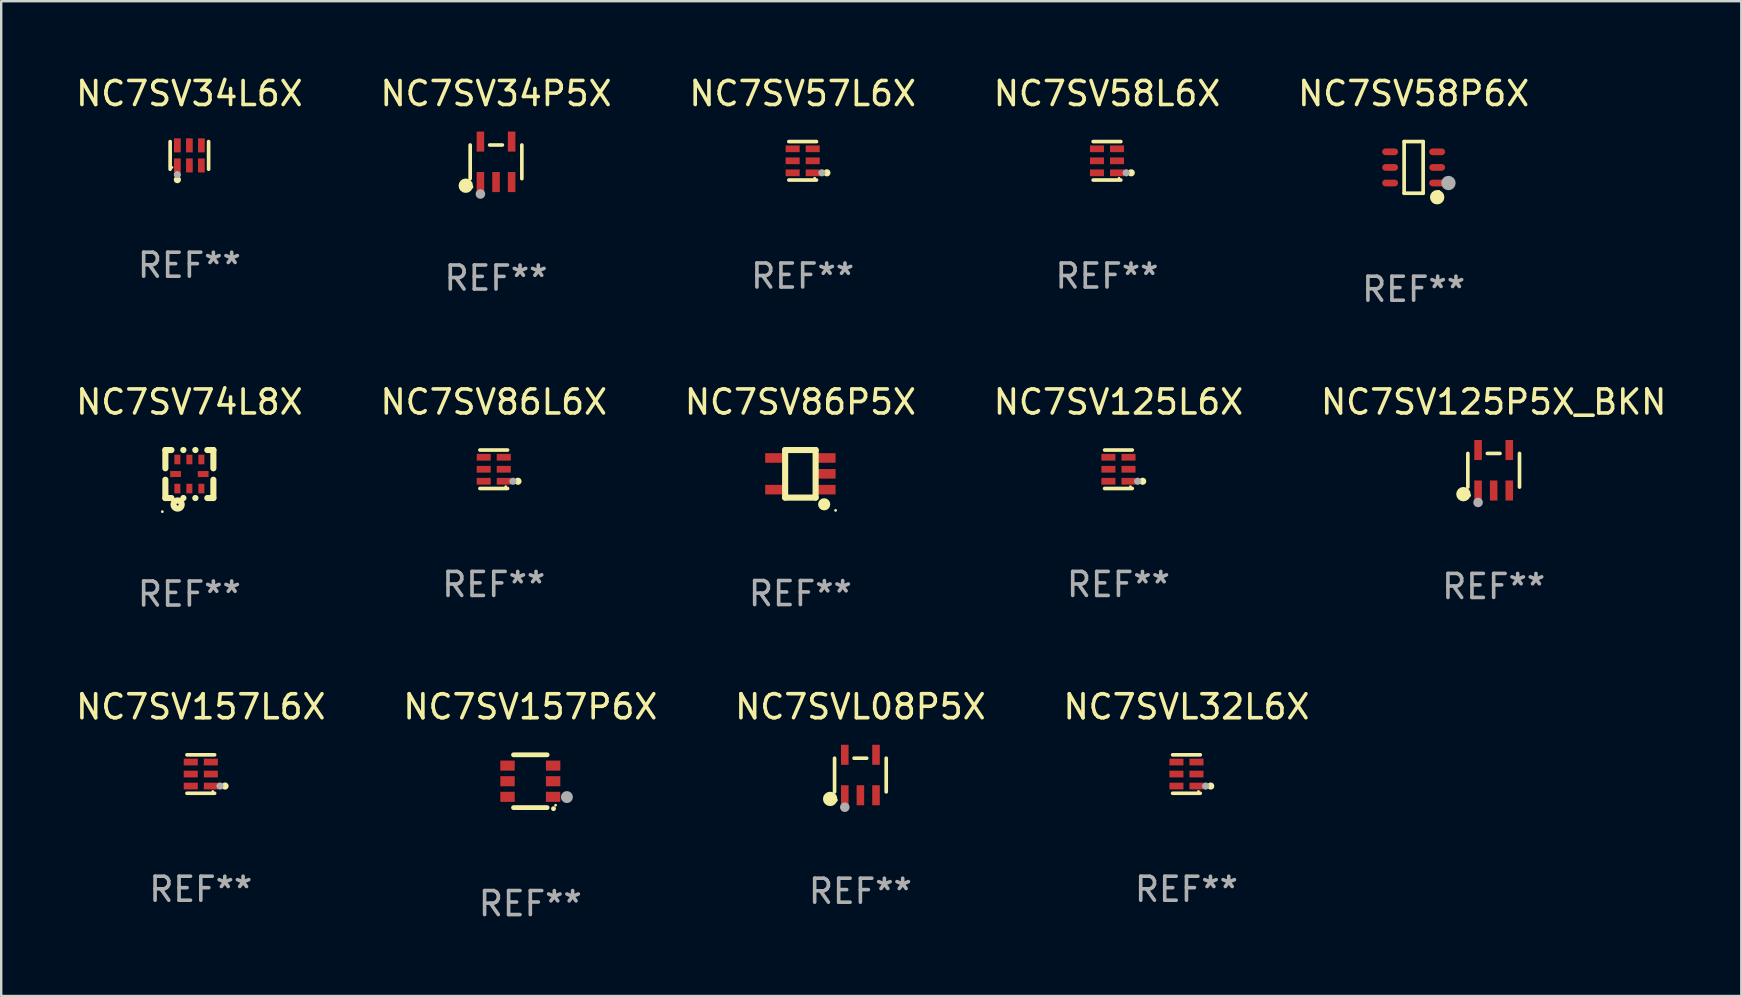
<source format=kicad_pcb>
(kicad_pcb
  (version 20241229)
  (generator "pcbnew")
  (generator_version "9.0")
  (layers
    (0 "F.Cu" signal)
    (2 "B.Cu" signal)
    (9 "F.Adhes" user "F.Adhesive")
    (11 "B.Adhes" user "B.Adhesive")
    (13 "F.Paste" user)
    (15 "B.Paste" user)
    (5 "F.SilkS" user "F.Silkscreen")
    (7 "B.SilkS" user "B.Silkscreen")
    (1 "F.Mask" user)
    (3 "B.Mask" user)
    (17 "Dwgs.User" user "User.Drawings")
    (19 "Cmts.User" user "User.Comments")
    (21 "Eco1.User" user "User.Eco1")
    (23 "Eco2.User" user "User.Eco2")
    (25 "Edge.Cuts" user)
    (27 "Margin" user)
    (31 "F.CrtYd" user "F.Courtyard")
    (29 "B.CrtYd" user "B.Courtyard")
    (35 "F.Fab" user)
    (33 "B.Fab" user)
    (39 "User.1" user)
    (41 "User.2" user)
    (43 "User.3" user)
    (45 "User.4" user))
  (footprint "NC7SV34P5X"
    (layer "F.Cu")
    (at 17.613 3.691)
    (property "Reference" "NC7SV34P5X" (at 0 -2.843 0) (layer "F.SilkS") (effects (font (size 1 1) (thickness 0.15))))
    (attr through_hole)
    (fp_line (start -1.076 0.701) (end -1.076 -0.701) (stroke (width 0.152) (type solid)) (layer "F.SilkS"))
    (fp_line (start 0.264 -0.701) (end -0.264 -0.701) (stroke (width 0.152) (type solid)) (layer "F.SilkS"))
    (fp_line (start 1.076 0.701) (end 1.076 -0.701) (stroke (width 0.152) (type solid)) (layer "F.SilkS"))
    (fp_circle (center -1.26 0.995) (end -1.11 0.995) (stroke (width 0.3) (type solid)) (fill no) (layer "F.SilkS"))
    (fp_circle (center -1 1.05) (end -0.97 1.05) (stroke (width 0.06) (type solid)) (fill no) (layer "F.SilkS"))
    (fp_circle (center -0.65 1.341) (end -0.55 1.341) (stroke (width 0.2) (type solid)) (fill no) (layer "F.Fab"))
    (fp_text user "REF**" (at 0 4.843 0) (layer "F.Fab") (effects (font (size 1 1) (thickness 0.15))))
    (pad "1" smd rect (at -0.65 0.843) (size 0.315 0.835) (layers "F.Cu" "F.Mask" "F.Paste"))
    (pad "2" smd rect (at 0.00014 0.843) (size 0.315 0.835) (layers "F.Cu" "F.Mask" "F.Paste"))
    (pad "3" smd rect (at 0.65 0.843) (size 0.315 0.835) (layers "F.Cu" "F.Mask" "F.Paste"))
    (pad "4" smd rect (at 0.65 -0.843) (size 0.315 0.835) (layers "F.Cu" "F.Mask" "F.Paste"))
    (pad "5" smd rect (at -0.65 -0.843) (size 0.315 0.835) (layers "F.Cu" "F.Mask" "F.Paste")))
  (footprint "NC7SVL08P5X"
    (layer "F.Cu")
    (at 32.792 29.236)
    (property "Reference" "NC7SVL08P5X" (at 0 -2.843 0) (layer "F.SilkS") (effects (font (size 1 1) (thickness 0.15))))
    (attr through_hole)
    (fp_line (start -1.076 0.701) (end -1.076 -0.701) (stroke (width 0.152) (type solid)) (layer "F.SilkS"))
    (fp_line (start 0.264 -0.701) (end -0.264 -0.701) (stroke (width 0.152) (type solid)) (layer "F.SilkS"))
    (fp_line (start 1.076 0.701) (end 1.076 -0.701) (stroke (width 0.152) (type solid)) (layer "F.SilkS"))
    (fp_circle (center -1.26 0.995) (end -1.11 0.995) (stroke (width 0.3) (type solid)) (fill no) (layer "F.SilkS"))
    (fp_circle (center -1 1.05) (end -0.97 1.05) (stroke (width 0.06) (type solid)) (fill no) (layer "F.SilkS"))
    (fp_circle (center -0.65 1.341) (end -0.55 1.341) (stroke (width 0.2) (type solid)) (fill no) (layer "F.Fab"))
    (fp_text user "REF**" (at 0 4.843 0) (layer "F.Fab") (effects (font (size 1 1) (thickness 0.15))))
    (pad "1" smd rect (at -0.65 0.843) (size 0.315 0.835) (layers "F.Cu" "F.Mask" "F.Paste"))
    (pad "2" smd rect (at 0.00014 0.843) (size 0.315 0.835) (layers "F.Cu" "F.Mask" "F.Paste"))
    (pad "3" smd rect (at 0.65 0.843) (size 0.315 0.835) (layers "F.Cu" "F.Mask" "F.Paste"))
    (pad "4" smd rect (at 0.65 -0.843) (size 0.315 0.835) (layers "F.Cu" "F.Mask" "F.Paste"))
    (pad "5" smd rect (at -0.65 -0.843) (size 0.315 0.835) (layers "F.Cu" "F.Mask" "F.Paste")))
  (footprint "NC7SVL32L6X"
    (layer "F.Cu")
    (at 46.375 29.195)
    (property "Reference" "NC7SVL32L6X" (at 0 -2.801 0) (layer "F.SilkS") (effects (font (size 1 1) (thickness 0.15))))
    (attr through_hole)
    (fp_line (start 0.576 -0.801) (end -0.576 -0.801) (stroke (width 0.152) (type solid)) (layer "F.SilkS"))
    (fp_line (start 0.576 0.801) (end -0.576 0.801) (stroke (width 0.152) (type solid)) (layer "F.SilkS"))
    (fp_circle (center 0.5 0.725) (end 0.53 0.725) (stroke (width 0.06) (type solid)) (fill no) (layer "F.SilkS"))
    (fp_circle (center 1.01 0.5) (end 1.085 0.5) (stroke (width 0.15) (type solid)) (fill no) (layer "F.SilkS"))
    (fp_circle (center 0.8 0.5) (end 0.875 0.5) (stroke (width 0.15) (type solid)) (fill no) (layer "F.Fab"))
    (fp_text user "REF**" (at 0 4.801 0) (layer "F.Fab") (effects (font (size 1 1) (thickness 0.15))))
    (pad "1" smd rect (at 0.418 0.5 90) (size 0.28 0.585) (layers "F.Cu" "F.Mask" "F.Paste"))
    (pad "2" smd rect (at 0.418 0 90) (size 0.28 0.585) (layers "F.Cu" "F.Mask" "F.Paste"))
    (pad "3" smd rect (at 0.418 -0.5 90) (size 0.28 0.585) (layers "F.Cu" "F.Mask" "F.Paste"))
    (pad "4" smd rect (at -0.418 -0.5 90) (size 0.28 0.585) (layers "F.Cu" "F.Mask" "F.Paste"))
    (pad "5" smd rect (at -0.418 0 90) (size 0.28 0.585) (layers "F.Cu" "F.Mask" "F.Paste"))
    (pad "6" smd rect (at -0.418 0.5 90) (size 0.28 0.585) (layers "F.Cu" "F.Mask" "F.Paste")))
  (footprint "NC7SV157P6X"
    (layer "F.Cu")
    (at 19.042 29.494)
    (property "Reference" "NC7SV157P6X" (at 0 -3.1 0) (layer "F.SilkS") (effects (font (size 1 1) (thickness 0.15))))
    (attr through_hole)
    (fp_line (start -0.7 -1.1) (end 0.7 -1.1) (stroke (width 0.2) (type solid)) (layer "F.SilkS"))
    (fp_line (start -0.7 1.1) (end 0.7 1.1) (stroke (width 0.2) (type solid)) (layer "F.SilkS"))
    (fp_arc (start 0.965202 1.143002) (mid 0.966472 1.142996) (end 0.967742 1.143002) (stroke (width 0.2) (type solid)) (layer "F.SilkS"))
    (fp_circle (center 1.053 1) (end 1.083 1) (stroke (width 0.06) (type solid)) (fill no) (layer "F.SilkS"))
    (fp_circle (center 1.524 0.66) (end 1.649 0.66) (stroke (width 0.25) (type solid)) (fill no) (layer "F.Fab"))
    (fp_text user "REF**" (at 0 5.1 0) (layer "F.Fab") (effects (font (size 1 1) (thickness 0.15))))
    (pad "1" smd rect (at 0.95 0.65 90) (size 0.42 0.6) (layers "F.Cu" "F.Mask" "F.Paste"))
    (pad "2" smd rect (at 0.95 0 90) (size 0.42 0.6) (layers "F.Cu" "F.Mask" "F.Paste"))
    (pad "3" smd rect (at 0.95 -0.65 90) (size 0.42 0.6) (layers "F.Cu" "F.Mask" "F.Paste"))
    (pad "4" smd rect (at -0.95 -0.65 270) (size 0.42 0.6) (layers "F.Cu" "F.Mask" "F.Paste"))
    (pad "5" smd rect (at -0.95 0 270) (size 0.42 0.6) (layers "F.Cu" "F.Mask" "F.Paste"))
    (pad "6" smd rect (at -0.95 0.65 270) (size 0.42 0.6) (layers "F.Cu" "F.Mask" "F.Paste")))
  (footprint "NC7SV125P5X_BKN"
    (layer "F.Cu")
    (at 59.173 16.54)
    (property "Reference" "NC7SV125P5X_BKN" (at 0 -2.843 0) (layer "F.SilkS") (effects (font (size 1 1) (thickness 0.15))))
    (attr through_hole)
    (fp_line (start -1.076 0.701) (end -1.076 -0.701) (stroke (width 0.152) (type solid)) (layer "F.SilkS"))
    (fp_line (start 0.264 -0.701) (end -0.264 -0.701) (stroke (width 0.152) (type solid)) (layer "F.SilkS"))
    (fp_line (start 1.076 0.701) (end 1.076 -0.701) (stroke (width 0.152) (type solid)) (layer "F.SilkS"))
    (fp_circle (center -1.26 0.995) (end -1.11 0.995) (stroke (width 0.3) (type solid)) (fill no) (layer "F.SilkS"))
    (fp_circle (center -1 1.05) (end -0.97 1.05) (stroke (width 0.06) (type solid)) (fill no) (layer "F.SilkS"))
    (fp_circle (center -0.65 1.341) (end -0.55 1.341) (stroke (width 0.2) (type solid)) (fill no) (layer "F.Fab"))
    (fp_text user "REF**" (at 0 4.843 0) (layer "F.Fab") (effects (font (size 1 1) (thickness 0.15))))
    (pad "1" smd rect (at -0.65 0.843) (size 0.315 0.835) (layers "F.Cu" "F.Mask" "F.Paste"))
    (pad "2" smd rect (at 0.00014 0.843) (size 0.315 0.835) (layers "F.Cu" "F.Mask" "F.Paste"))
    (pad "3" smd rect (at 0.65 0.843) (size 0.315 0.835) (layers "F.Cu" "F.Mask" "F.Paste"))
    (pad "4" smd rect (at 0.65 -0.843) (size 0.315 0.835) (layers "F.Cu" "F.Mask" "F.Paste"))
    (pad "5" smd rect (at -0.65 -0.843) (size 0.315 0.835) (layers "F.Cu" "F.Mask" "F.Paste")))
  (footprint "NC7SV125L6X"
    (layer "F.Cu")
    (at 43.542 16.498)
    (property "Reference" "NC7SV125L6X" (at 0 -2.801 0) (layer "F.SilkS") (effects (font (size 1 1) (thickness 0.15))))
    (attr through_hole)
    (fp_line (start 0.576 -0.801) (end -0.576 -0.801) (stroke (width 0.152) (type solid)) (layer "F.SilkS"))
    (fp_line (start 0.576 0.801) (end -0.576 0.801) (stroke (width 0.152) (type solid)) (layer "F.SilkS"))
    (fp_circle (center 0.5 0.725) (end 0.53 0.725) (stroke (width 0.06) (type solid)) (fill no) (layer "F.SilkS"))
    (fp_circle (center 1.01 0.5) (end 1.085 0.5) (stroke (width 0.15) (type solid)) (fill no) (layer "F.SilkS"))
    (fp_circle (center 0.8 0.5) (end 0.875 0.5) (stroke (width 0.15) (type solid)) (fill no) (layer "F.Fab"))
    (fp_text user "REF**" (at 0 4.801 0) (layer "F.Fab") (effects (font (size 1 1) (thickness 0.15))))
    (pad "1" smd rect (at 0.418 0.5 90) (size 0.28 0.585) (layers "F.Cu" "F.Mask" "F.Paste"))
    (pad "2" smd rect (at 0.418 0 90) (size 0.28 0.585) (layers "F.Cu" "F.Mask" "F.Paste"))
    (pad "3" smd rect (at 0.418 -0.5 90) (size 0.28 0.585) (layers "F.Cu" "F.Mask" "F.Paste"))
    (pad "4" smd rect (at -0.418 -0.5 90) (size 0.28 0.585) (layers "F.Cu" "F.Mask" "F.Paste"))
    (pad "5" smd rect (at -0.418 0 90) (size 0.28 0.585) (layers "F.Cu" "F.Mask" "F.Paste"))
    (pad "6" smd rect (at -0.418 0.5 90) (size 0.28 0.585) (layers "F.Cu" "F.Mask" "F.Paste")))
  (footprint "NC7SV74L8X"
    (layer "F.Cu")
    (at 4.839 16.697)
    (property "Reference" "NC7SV74L8X" (at 0 -3 0) (layer "F.SilkS") (effects (font (size 1 1) (thickness 0.15))))
    (attr through_hole)
    (fp_line (start -1 -1) (end -0.747 -1) (stroke (width 0.254) (type solid)) (layer "F.SilkS"))
    (fp_line (start -1 -0.238) (end -1 -1) (stroke (width 0.254) (type solid)) (layer "F.SilkS"))
    (fp_line (start -1 1) (end -1 0.238) (stroke (width 0.254) (type solid)) (layer "F.SilkS"))
    (fp_line (start -0.747 1) (end -1 1) (stroke (width 0.254) (type solid)) (layer "F.SilkS"))
    (fp_line (start -0.253 -1) (end -0.247 -1) (stroke (width 0.254) (type solid)) (layer "F.SilkS"))
    (fp_line (start -0.247 1) (end -0.253 1) (stroke (width 0.254) (type solid)) (layer "F.SilkS"))
    (fp_line (start 0.247 -1) (end 0.253 -1) (stroke (width 0.254) (type solid)) (layer "F.SilkS"))
    (fp_line (start 0.253 1) (end 0.247 1) (stroke (width 0.254) (type solid)) (layer "F.SilkS"))
    (fp_line (start 0.747 -1) (end 1 -1) (stroke (width 0.254) (type solid)) (layer "F.SilkS"))
    (fp_line (start 1 -1) (end 1 -0.238) (stroke (width 0.254) (type solid)) (layer "F.SilkS"))
    (fp_line (start 1 0.238) (end 1 1) (stroke (width 0.254) (type solid)) (layer "F.SilkS"))
    (fp_line (start 1 1) (end 0.747 1) (stroke (width 0.254) (type solid)) (layer "F.SilkS"))
    (fp_circle (center -1.127 1.567) (end -1.097 1.567) (stroke (width 0.06) (type solid)) (fill no) (layer "F.SilkS"))
    (fp_circle (center -0.49 1.27) (end -0.32 1.27) (stroke (width 0.254) (type solid)) (fill no) (layer "F.SilkS"))
    (fp_text user "REF**" (at 0 5 0) (layer "F.Fab") (effects (font (size 1 1) (thickness 0.15))))
    (pad "1" smd rect (at -0.5 0.605 90) (size 0.4 0.25) (layers "F.Cu" "F.Mask" "F.Paste"))
    (pad "2" smd rect (at 0 0.605 90) (size 0.4 0.25) (layers "F.Cu" "F.Mask" "F.Paste"))
    (pad "3" smd rect (at 0.5 0.605 90) (size 0.4 0.25) (layers "F.Cu" "F.Mask" "F.Paste"))
    (pad "4" smd rect (at 0.575 0 180) (size 0.45 0.25) (layers "F.Cu" "F.Mask" "F.Paste"))
    (pad "5" smd rect (at 0.5 -0.605 270) (size 0.4 0.25) (layers "F.Cu" "F.Mask" "F.Paste"))
    (pad "6" smd rect (at 0 -0.605 270) (size 0.4 0.25) (layers "F.Cu" "F.Mask" "F.Paste"))
    (pad "7" smd rect (at -0.5 -0.605 270) (size 0.4 0.25) (layers "F.Cu" "F.Mask" "F.Paste"))
    (pad "8" smd rect (at -0.575 0) (size 0.45 0.25) (layers "F.Cu" "F.Mask" "F.Paste")))
  (footprint "NC7SV57L6X"
    (layer "F.Cu")
    (at 30.387 3.649)
    (property "Reference" "NC7SV57L6X" (at 0 -2.801 0) (layer "F.SilkS") (effects (font (size 1 1) (thickness 0.15))))
    (attr through_hole)
    (fp_line (start 0.576 -0.801) (end -0.576 -0.801) (stroke (width 0.152) (type solid)) (layer "F.SilkS"))
    (fp_line (start 0.576 0.801) (end -0.576 0.801) (stroke (width 0.152) (type solid)) (layer "F.SilkS"))
    (fp_circle (center 0.5 0.725) (end 0.53 0.725) (stroke (width 0.06) (type solid)) (fill no) (layer "F.SilkS"))
    (fp_circle (center 1.01 0.5) (end 1.085 0.5) (stroke (width 0.15) (type solid)) (fill no) (layer "F.SilkS"))
    (fp_circle (center 0.8 0.5) (end 0.875 0.5) (stroke (width 0.15) (type solid)) (fill no) (layer "F.Fab"))
    (fp_text user "REF**" (at 0 4.801 0) (layer "F.Fab") (effects (font (size 1 1) (thickness 0.15))))
    (pad "1" smd rect (at 0.418 0.5 90) (size 0.28 0.585) (layers "F.Cu" "F.Mask" "F.Paste"))
    (pad "2" smd rect (at 0.418 0 90) (size 0.28 0.585) (layers "F.Cu" "F.Mask" "F.Paste"))
    (pad "3" smd rect (at 0.418 -0.5 90) (size 0.28 0.585) (layers "F.Cu" "F.Mask" "F.Paste"))
    (pad "4" smd rect (at -0.418 -0.5 90) (size 0.28 0.585) (layers "F.Cu" "F.Mask" "F.Paste"))
    (pad "5" smd rect (at -0.418 0 90) (size 0.28 0.585) (layers "F.Cu" "F.Mask" "F.Paste"))
    (pad "6" smd rect (at -0.418 0.5 90) (size 0.28 0.585) (layers "F.Cu" "F.Mask" "F.Paste")))
  (footprint "NC7SV58P6X"
    (layer "F.Cu")
    (at 55.839 3.924)
    (property "Reference" "NC7SV58P6X" (at 0 -3.076 0) (layer "F.SilkS") (effects (font (size 1 1) (thickness 0.15))))
    (attr through_hole)
    (fp_line (start -0.396 -1.076) (end 0.396 -1.076) (stroke (width 0.152) (type solid)) (layer "F.SilkS"))
    (fp_line (start -0.396 1.076) (end -0.396 -1.076) (stroke (width 0.152) (type solid)) (layer "F.SilkS"))
    (fp_line (start 0.396 -1.076) (end 0.396 1.076) (stroke (width 0.152) (type solid)) (layer "F.SilkS"))
    (fp_line (start 0.396 1.076) (end -0.396 1.076) (stroke (width 0.152) (type solid)) (layer "F.SilkS"))
    (fp_circle (center 0.98 1.242) (end 1.13 1.242) (stroke (width 0.3) (type solid)) (fill no) (layer "F.SilkS"))
    (fp_circle (center 1.05 1) (end 1.08 1) (stroke (width 0.06) (type solid)) (fill no) (layer "F.SilkS"))
    (fp_circle (center 1.45 0.65) (end 1.6 0.65) (stroke (width 0.3) (type solid)) (fill no) (layer "F.Fab"))
    (fp_text user "REF**" (at 0 5.076 0) (layer "F.Fab") (effects (font (size 1 1) (thickness 0.15))))
    (pad "1" smd oval (at 0.98 0.65 90) (size 0.28 0.66) (layers "F.Cu" "F.Mask" "F.Paste"))
    (pad "2" smd oval (at 0.98 0 90) (size 0.28 0.66) (layers "F.Cu" "F.Mask" "F.Paste"))
    (pad "3" smd oval (at 0.98 -0.65 90) (size 0.28 0.66) (layers "F.Cu" "F.Mask" "F.Paste"))
    (pad "4" smd oval (at -0.98 -0.65 90) (size 0.28 0.66) (layers "F.Cu" "F.Mask" "F.Paste"))
    (pad "5" smd oval (at -0.98 0 90) (size 0.28 0.66) (layers "F.Cu" "F.Mask" "F.Paste"))
    (pad "6" smd oval (at -0.98 0.65 90) (size 0.28 0.66) (layers "F.Cu" "F.Mask" "F.Paste")))
  (footprint "NC7SV58L6X"
    (layer "F.Cu")
    (at 43.065 3.649)
    (property "Reference" "NC7SV58L6X" (at 0 -2.801 0) (layer "F.SilkS") (effects (font (size 1 1) (thickness 0.15))))
    (attr through_hole)
    (fp_line (start 0.576 -0.801) (end -0.576 -0.801) (stroke (width 0.152) (type solid)) (layer "F.SilkS"))
    (fp_line (start 0.576 0.801) (end -0.576 0.801) (stroke (width 0.152) (type solid)) (layer "F.SilkS"))
    (fp_circle (center 0.5 0.725) (end 0.53 0.725) (stroke (width 0.06) (type solid)) (fill no) (layer "F.SilkS"))
    (fp_circle (center 1.01 0.5) (end 1.085 0.5) (stroke (width 0.15) (type solid)) (fill no) (layer "F.SilkS"))
    (fp_circle (center 0.8 0.5) (end 0.875 0.5) (stroke (width 0.15) (type solid)) (fill no) (layer "F.Fab"))
    (fp_text user "REF**" (at 0 4.801 0) (layer "F.Fab") (effects (font (size 1 1) (thickness 0.15))))
    (pad "1" smd rect (at 0.418 0.5 90) (size 0.28 0.585) (layers "F.Cu" "F.Mask" "F.Paste"))
    (pad "2" smd rect (at 0.418 0 90) (size 0.28 0.585) (layers "F.Cu" "F.Mask" "F.Paste"))
    (pad "3" smd rect (at 0.418 -0.5 90) (size 0.28 0.585) (layers "F.Cu" "F.Mask" "F.Paste"))
    (pad "4" smd rect (at -0.418 -0.5 90) (size 0.28 0.585) (layers "F.Cu" "F.Mask" "F.Paste"))
    (pad "5" smd rect (at -0.418 0 90) (size 0.28 0.585) (layers "F.Cu" "F.Mask" "F.Paste"))
    (pad "6" smd rect (at -0.418 0.5 90) (size 0.28 0.585) (layers "F.Cu" "F.Mask" "F.Paste")))
  (footprint "NC7SV157L6X"
    (layer "F.Cu")
    (at 5.315 29.195)
    (property "Reference" "NC7SV157L6X" (at 0 -2.801 0) (layer "F.SilkS") (effects (font (size 1 1) (thickness 0.15))))
    (attr through_hole)
    (fp_line (start 0.576 -0.801) (end -0.576 -0.801) (stroke (width 0.152) (type solid)) (layer "F.SilkS"))
    (fp_line (start 0.576 0.801) (end -0.576 0.801) (stroke (width 0.152) (type solid)) (layer "F.SilkS"))
    (fp_circle (center 0.5 0.725) (end 0.53 0.725) (stroke (width 0.06) (type solid)) (fill no) (layer "F.SilkS"))
    (fp_circle (center 1.01 0.5) (end 1.085 0.5) (stroke (width 0.15) (type solid)) (fill no) (layer "F.SilkS"))
    (fp_circle (center 0.8 0.5) (end 0.875 0.5) (stroke (width 0.15) (type solid)) (fill no) (layer "F.Fab"))
    (fp_text user "REF**" (at 0 4.801 0) (layer "F.Fab") (effects (font (size 1 1) (thickness 0.15))))
    (pad "1" smd rect (at 0.418 0.5 90) (size 0.28 0.585) (layers "F.Cu" "F.Mask" "F.Paste"))
    (pad "2" smd rect (at 0.418 0 90) (size 0.28 0.585) (layers "F.Cu" "F.Mask" "F.Paste"))
    (pad "3" smd rect (at 0.418 -0.5 90) (size 0.28 0.585) (layers "F.Cu" "F.Mask" "F.Paste"))
    (pad "4" smd rect (at -0.418 -0.5 90) (size 0.28 0.585) (layers "F.Cu" "F.Mask" "F.Paste"))
    (pad "5" smd rect (at -0.418 0 90) (size 0.28 0.585) (layers "F.Cu" "F.Mask" "F.Paste"))
    (pad "6" smd rect (at -0.418 0.5 90) (size 0.28 0.585) (layers "F.Cu" "F.Mask" "F.Paste")))
  (footprint "NC7SV86L6X"
    (layer "F.Cu")
    (at 17.518 16.498)
    (property "Reference" "NC7SV86L6X" (at 0 -2.801 0) (layer "F.SilkS") (effects (font (size 1 1) (thickness 0.15))))
    (attr through_hole)
    (fp_line (start 0.576 -0.801) (end -0.576 -0.801) (stroke (width 0.152) (type solid)) (layer "F.SilkS"))
    (fp_line (start 0.576 0.801) (end -0.576 0.801) (stroke (width 0.152) (type solid)) (layer "F.SilkS"))
    (fp_circle (center 0.5 0.725) (end 0.53 0.725) (stroke (width 0.06) (type solid)) (fill no) (layer "F.SilkS"))
    (fp_circle (center 1.01 0.5) (end 1.085 0.5) (stroke (width 0.15) (type solid)) (fill no) (layer "F.SilkS"))
    (fp_circle (center 0.8 0.5) (end 0.875 0.5) (stroke (width 0.15) (type solid)) (fill no) (layer "F.Fab"))
    (fp_text user "REF**" (at 0 4.801 0) (layer "F.Fab") (effects (font (size 1 1) (thickness 0.15))))
    (pad "1" smd rect (at 0.418 0.5 90) (size 0.28 0.585) (layers "F.Cu" "F.Mask" "F.Paste"))
    (pad "2" smd rect (at 0.418 0 90) (size 0.28 0.585) (layers "F.Cu" "F.Mask" "F.Paste"))
    (pad "3" smd rect (at 0.418 -0.5 90) (size 0.28 0.585) (layers "F.Cu" "F.Mask" "F.Paste"))
    (pad "4" smd rect (at -0.418 -0.5 90) (size 0.28 0.585) (layers "F.Cu" "F.Mask" "F.Paste"))
    (pad "5" smd rect (at -0.418 0 90) (size 0.28 0.585) (layers "F.Cu" "F.Mask" "F.Paste"))
    (pad "6" smd rect (at -0.418 0.5 90) (size 0.28 0.585) (layers "F.Cu" "F.Mask" "F.Paste")))
  (footprint "NC7SV34L6X"
    (layer "F.Cu")
    (at 4.839 3.424)
    (property "Reference" "NC7SV34L6X" (at 0 -2.576 0) (layer "F.SilkS") (effects (font (size 1 1) (thickness 0.15))))
    (attr through_hole)
    (fp_line (start -0.801 0.576) (end -0.801 -0.576) (stroke (width 0.152) (type solid)) (layer "F.SilkS"))
    (fp_line (start 0.801 0.576) (end 0.801 -0.576) (stroke (width 0.152) (type solid)) (layer "F.SilkS"))
    (fp_circle (center -0.725 0.5) (end -0.695 0.5) (stroke (width 0.06) (type solid)) (fill no) (layer "F.SilkS"))
    (fp_circle (center -0.5 1.01) (end -0.425 1.01) (stroke (width 0.15) (type solid)) (fill no) (layer "F.SilkS"))
    (fp_circle (center -0.5 0.8) (end -0.425 0.8) (stroke (width 0.15) (type solid)) (fill no) (layer "F.Fab"))
    (fp_text user "REF**" (at 0 4.576 0) (layer "F.Fab") (effects (font (size 1 1) (thickness 0.15))))
    (pad "1" smd rect (at -0.5 0.418) (size 0.28 0.585) (layers "F.Cu" "F.Mask" "F.Paste"))
    (pad "2" smd rect (at 0 0.418) (size 0.28 0.585) (layers "F.Cu" "F.Mask" "F.Paste"))
    (pad "3" smd rect (at 0.5 0.418) (size 0.28 0.585) (layers "F.Cu" "F.Mask" "F.Paste"))
    (pad "4" smd rect (at 0.5 -0.418) (size 0.28 0.585) (layers "F.Cu" "F.Mask" "F.Paste"))
    (pad "5" smd rect (at 0 -0.418) (size 0.28 0.585) (layers "F.Cu" "F.Mask" "F.Paste"))
    (pad "6" smd rect (at -0.5 -0.418) (size 0.28 0.585) (layers "F.Cu" "F.Mask" "F.Paste")))
  (footprint "NC7SV86P5X"
    (layer "F.Cu")
    (at 30.292 16.688)
    (property "Reference" "NC7SV86P5X" (at 0 -2.991 0) (layer "F.SilkS") (effects (font (size 1 1) (thickness 0.15))))
    (attr through_hole)
    (fp_line (start -0.635 -0.991) (end 0.635 -0.991) (stroke (width 0.254) (type solid)) (layer "F.SilkS"))
    (fp_line (start -0.635 0.991) (end -0.635 -0.991) (stroke (width 0.254) (type solid)) (layer "F.SilkS"))
    (fp_line (start 0.635 -0.991) (end 0.635 0.991) (stroke (width 0.254) (type solid)) (layer "F.SilkS"))
    (fp_line (start 0.635 0.991) (end -0.635 0.991) (stroke (width 0.254) (type solid)) (layer "F.SilkS"))
    (fp_circle (center 0.991 1.27) (end 1.118 1.27) (stroke (width 0.254) (type solid)) (fill no) (layer "F.SilkS"))
    (fp_circle (center 1.467 1.524) (end 1.497 1.524) (stroke (width 0.06) (type solid)) (fill no) (layer "F.SilkS"))
    (fp_text user "REF**" (at 0 4.991 0) (layer "F.Fab") (effects (font (size 1 1) (thickness 0.15))))
    (pad "1" smd rect (at 1.067 0.66 180) (size 0.8 0.399) (layers "F.Cu" "F.Mask" "F.Paste"))
    (pad "2" smd rect (at 1.067 0 180) (size 0.8 0.399) (layers "F.Cu" "F.Mask" "F.Paste"))
    (pad "3" smd rect (at 1.067 -0.66 180) (size 0.8 0.399) (layers "F.Cu" "F.Mask" "F.Paste"))
    (pad "4" smd rect (at -1.067 -0.66 180) (size 0.8 0.399) (layers "F.Cu" "F.Mask" "F.Paste"))
    (pad "5" smd rect (at -1.066 0.659 180) (size 0.8 0.399) (layers "F.Cu" "F.Mask" "F.Paste")))
  (gr_rect
    (start -3 -3)
    (end 69.488 38.442)
    (stroke (width 0.1) (type default))
    (fill no)
    (layer "Edge.Cuts")))
</source>
